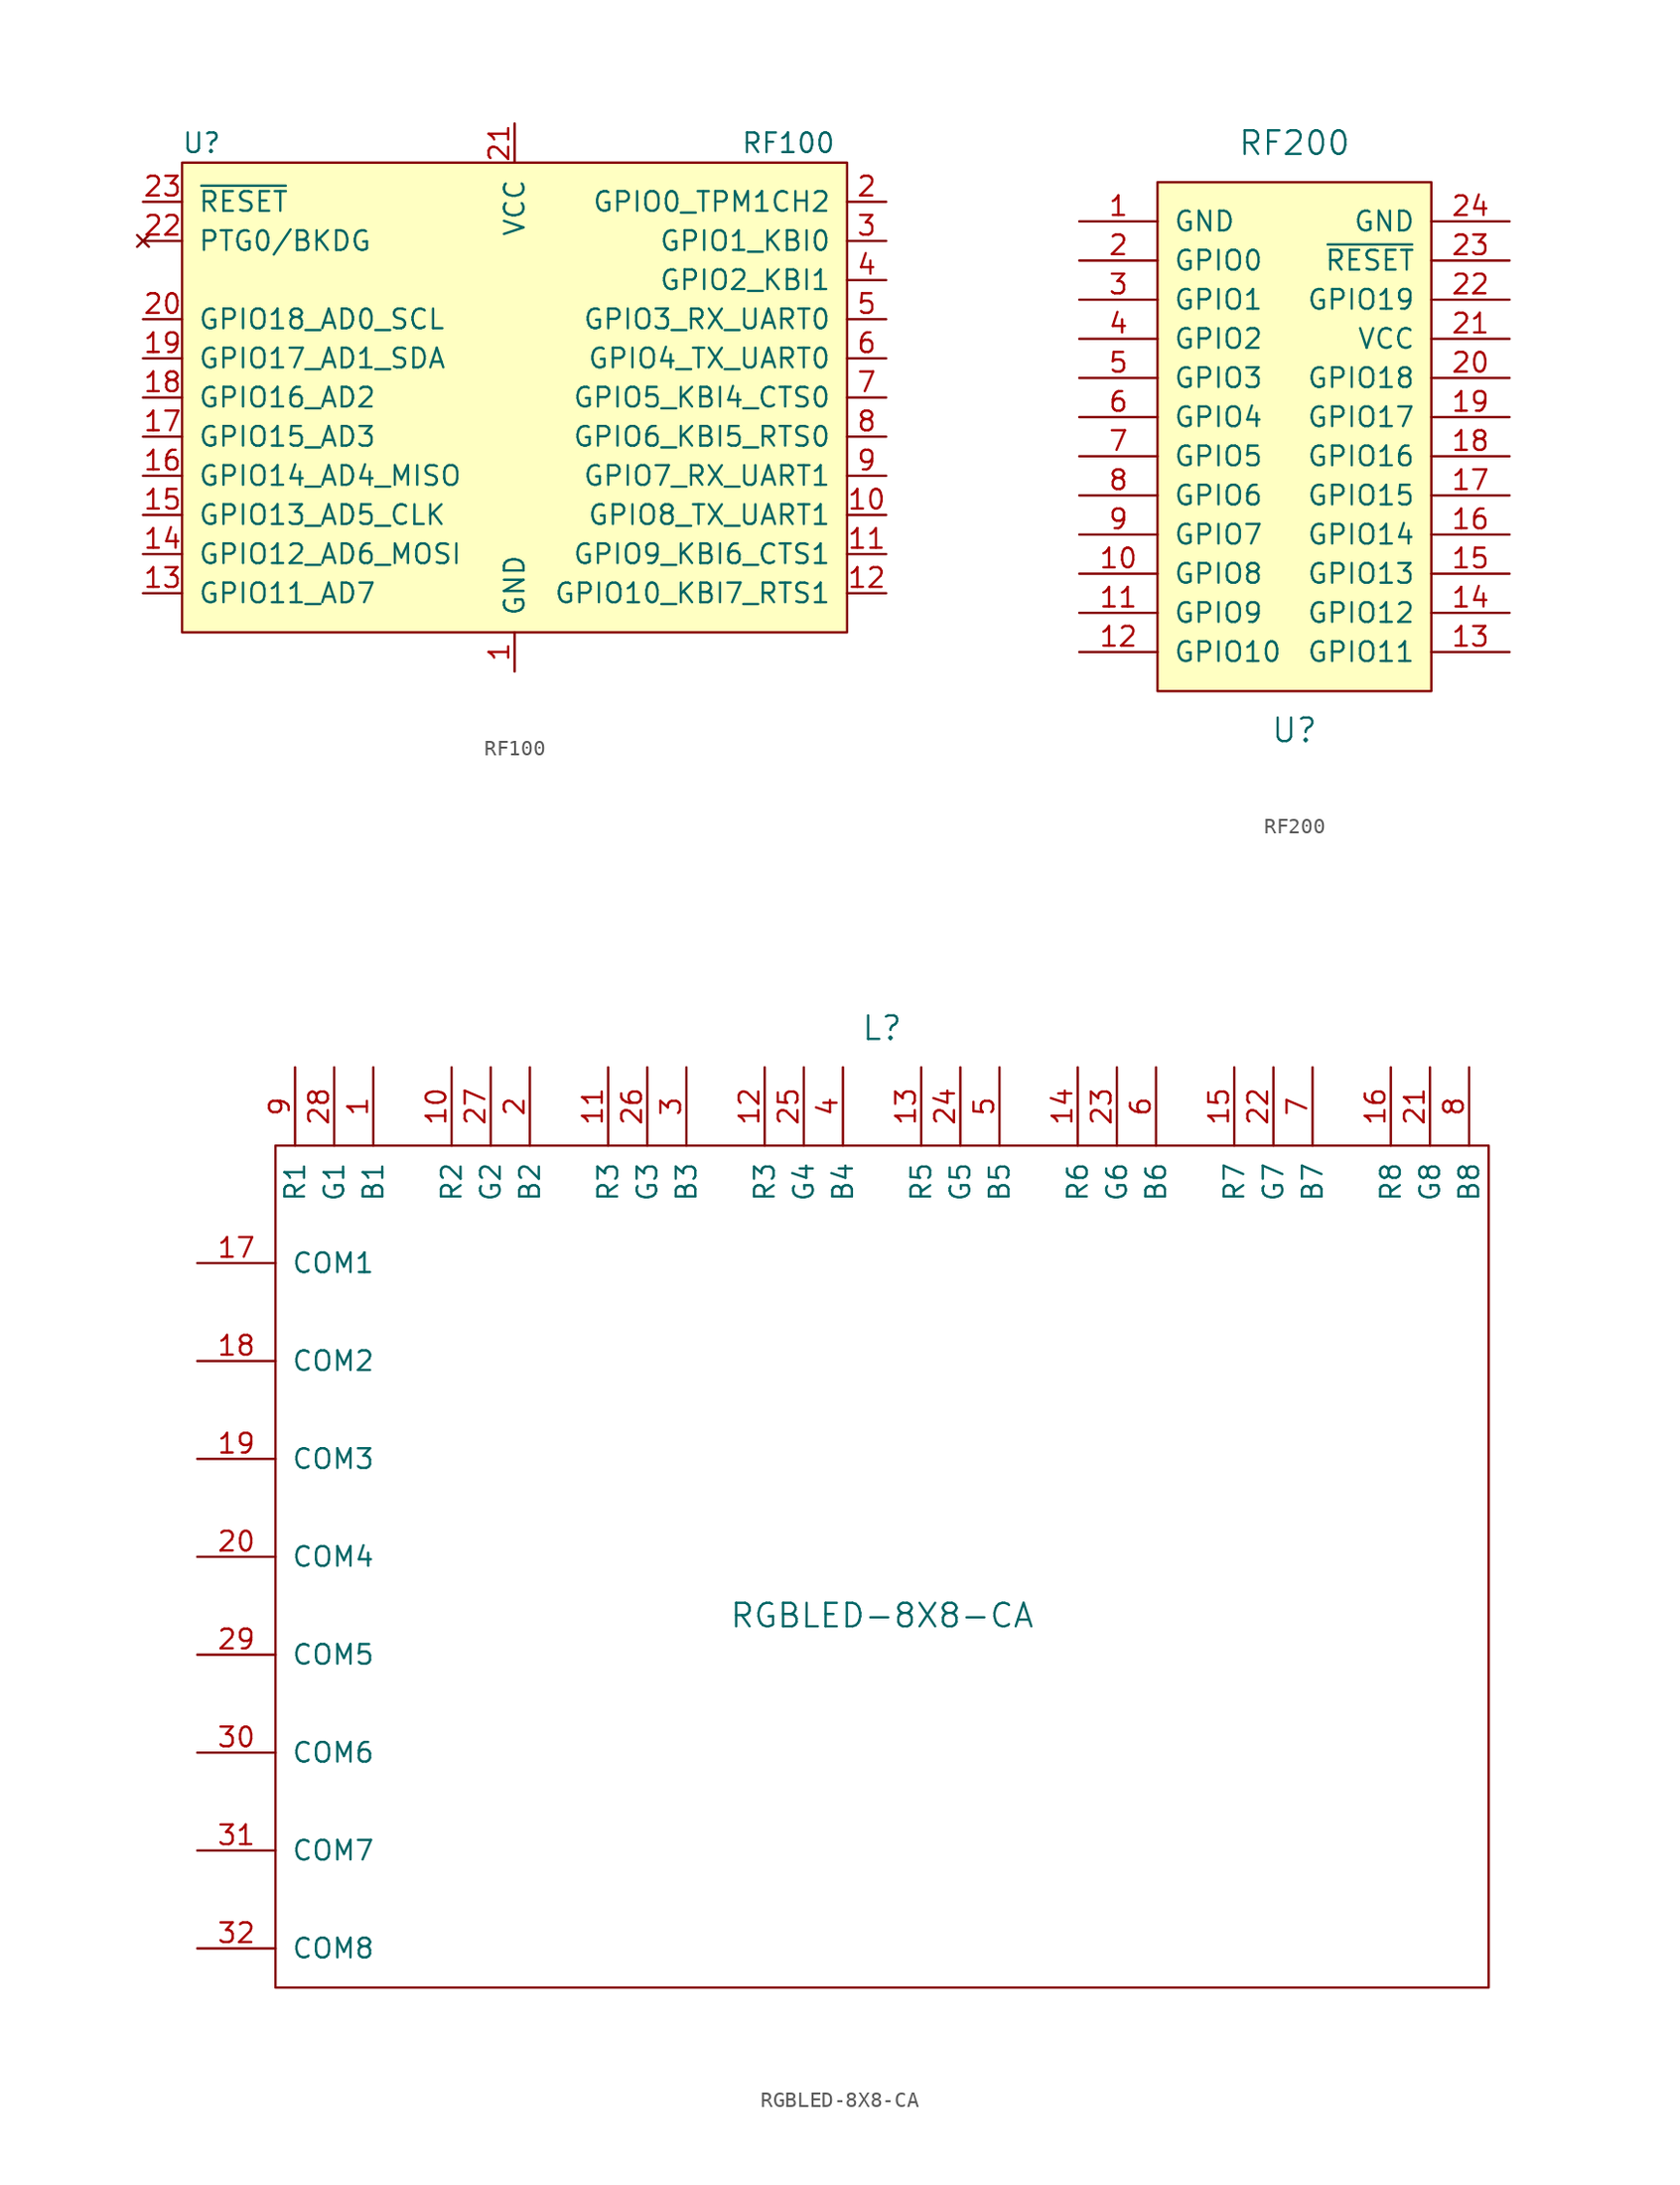
<source format=kicad_sym>
(kicad_symbol_lib
  (version 20231120)
  (generator "kicad_symbol_editor")
  (generator_version "8.0")
  (symbol "RF100"
    (pin_names
      (offset 1.016))
    (property "Reference" "U"
      (at -20.32 13.97 0)
      (effects (font (size 1.27 1.27))))
    (property "Value" "RF100"
      (at 17.78 13.97 0)
      (effects (font (size 1.27 1.27))))
    (symbol "RF100_0_1"
      (rectangle (start -21.59 12.7) (end 21.59 -17.78) (stroke (width 0) (type solid)) (fill (type background))))
    (symbol "RF100_1_1"
      (pin power_in line (at 0 -20.32 90) (length 2.54) (name "GND" (effects (font (size 1.27 1.27)))) (number "1" (effects (font (size 1.27 1.27)))))
      (pin bidirectional line (at 24.13 -10.16 180) (length 2.54) (name "GPIO8_TX_UART1" (effects (font (size 1.27 1.27)))) (number "10" (effects (font (size 1.27 1.27)))))
      (pin bidirectional line (at 24.13 -12.7 180) (length 2.54) (name "GPIO9_KBI6_CTS1" (effects (font (size 1.27 1.27)))) (number "11" (effects (font (size 1.27 1.27)))))
      (pin bidirectional line (at 24.13 -15.24 180) (length 2.54) (name "GPIO10_KBI7_RTS1" (effects (font (size 1.27 1.27)))) (number "12" (effects (font (size 1.27 1.27)))))
      (pin bidirectional line (at -24.13 -15.24 0) (length 2.54) (name "GPIO11_AD7" (effects (font (size 1.27 1.27)))) (number "13" (effects (font (size 1.27 1.27)))))
      (pin bidirectional line (at -24.13 -12.7 0) (length 2.54) (name "GPIO12_AD6_MOSI" (effects (font (size 1.27 1.27)))) (number "14" (effects (font (size 1.27 1.27)))))
      (pin bidirectional line (at -24.13 -10.16 0) (length 2.54) (name "GPIO13_AD5_CLK" (effects (font (size 1.27 1.27)))) (number "15" (effects (font (size 1.27 1.27)))))
      (pin bidirectional line (at -24.13 -7.62 0) (length 2.54) (name "GPIO14_AD4_MISO" (effects (font (size 1.27 1.27)))) (number "16" (effects (font (size 1.27 1.27)))))
      (pin bidirectional line (at -24.13 -5.08 0) (length 2.54) (name "GPIO15_AD3" (effects (font (size 1.27 1.27)))) (number "17" (effects (font (size 1.27 1.27)))))
      (pin bidirectional line (at -24.13 -2.54 0) (length 2.54) (name "GPIO16_AD2" (effects (font (size 1.27 1.27)))) (number "18" (effects (font (size 1.27 1.27)))))
      (pin bidirectional line (at -24.13 0 0) (length 2.54) (name "GPIO17_AD1_SDA" (effects (font (size 1.27 1.27)))) (number "19" (effects (font (size 1.27 1.27)))))
      (pin bidirectional line (at 24.13 10.16 180) (length 2.54) (name "GPIO0_TPM1CH2" (effects (font (size 1.27 1.27)))) (number "2" (effects (font (size 1.27 1.27)))))
      (pin bidirectional line (at -24.13 2.54 0) (length 2.54) (name "GPIO18_AD0_SCL" (effects (font (size 1.27 1.27)))) (number "20" (effects (font (size 1.27 1.27)))))
      (pin power_in line (at 0 15.24 270) (length 2.54) (name "VCC" (effects (font (size 1.27 1.27)))) (number "21" (effects (font (size 1.27 1.27)))))
      (pin no_connect line (at -24.13 7.62 0) (length 2.54) (name "PTG0/BKDG" (effects (font (size 1.27 1.27)))) (number "22" (effects (font (size 1.27 1.27)))))
      (pin input line (at -24.13 10.16 0) (length 2.54) (name "~{RESET}" (effects (font (size 1.27 1.27)))) (number "23" (effects (font (size 1.27 1.27)))))
      (pin passive line (at 0 -20.32 90) (length 2.54) hide (name "GND" (effects (font (size 1.27 1.27)))) (number "24" (effects (font (size 1.27 1.27)))))
      (pin bidirectional line (at 24.13 7.62 180) (length 2.54) (name "GPIO1_KBI0" (effects (font (size 1.27 1.27)))) (number "3" (effects (font (size 1.27 1.27)))))
      (pin bidirectional line (at 24.13 5.08 180) (length 2.54) (name "GPIO2_KBI1" (effects (font (size 1.27 1.27)))) (number "4" (effects (font (size 1.27 1.27)))))
      (pin bidirectional line (at 24.13 2.54 180) (length 2.54) (name "GPIO3_RX_UART0" (effects (font (size 1.27 1.27)))) (number "5" (effects (font (size 1.27 1.27)))))
      (pin bidirectional line (at 24.13 0 180) (length 2.54) (name "GPIO4_TX_UART0" (effects (font (size 1.27 1.27)))) (number "6" (effects (font (size 1.27 1.27)))))
      (pin bidirectional line (at 24.13 -2.54 180) (length 2.54) (name "GPIO5_KBI4_CTS0" (effects (font (size 1.27 1.27)))) (number "7" (effects (font (size 1.27 1.27)))))
      (pin bidirectional line (at 24.13 -5.08 180) (length 2.54) (name "GPIO6_KBI5_RTS0" (effects (font (size 1.27 1.27)))) (number "8" (effects (font (size 1.27 1.27)))))
      (pin bidirectional line (at 24.13 -7.62 180) (length 2.54) (name "GPIO7_RX_UART1" (effects (font (size 1.27 1.27)))) (number "9" (effects (font (size 1.27 1.27)))))))
  (symbol "RF200"
    (pin_names
      (offset 1.016))
    (property "Reference" "U"
      (at 0 -19.05 0)
      (effects (font (size 1.524 1.524))))
    (property "Value" "RF200"
      (at 0 19.05 0)
      (effects (font (size 1.524 1.524))))
    (property "Footprint" ""
      (at -1.27 0 0)
      (effects (font (size 1.524 1.524))))
    (property "Datasheet" ""
      (at -1.27 0 0)
      (effects (font (size 1.524 1.524))))
    (symbol "RF200_0_1"
      (rectangle (start -8.89 16.51) (end 8.89 -16.51) (stroke (width 0) (type solid)) (fill (type background))))
    (symbol "RF200_1_1"
      (pin power_in line (at -13.97 13.97 0) (length 5.08) (name "GND" (effects (font (size 1.27 1.27)))) (number "1" (effects (font (size 1.27 1.27)))))
      (pin bidirectional line (at -13.97 -8.89 0) (length 5.08) (name "GPIO8" (effects (font (size 1.27 1.27)))) (number "10" (effects (font (size 1.27 1.27)))))
      (pin bidirectional line (at -13.97 -11.43 0) (length 5.08) (name "GPIO9" (effects (font (size 1.27 1.27)))) (number "11" (effects (font (size 1.27 1.27)))))
      (pin bidirectional line (at -13.97 -13.97 0) (length 5.08) (name "GPIO10" (effects (font (size 1.27 1.27)))) (number "12" (effects (font (size 1.27 1.27)))))
      (pin bidirectional line (at 13.97 -13.97 180) (length 5.08) (name "GPIO11" (effects (font (size 1.27 1.27)))) (number "13" (effects (font (size 1.27 1.27)))))
      (pin bidirectional line (at 13.97 -11.43 180) (length 5.08) (name "GPIO12" (effects (font (size 1.27 1.27)))) (number "14" (effects (font (size 1.27 1.27)))))
      (pin bidirectional line (at 13.97 -8.89 180) (length 5.08) (name "GPIO13" (effects (font (size 1.27 1.27)))) (number "15" (effects (font (size 1.27 1.27)))))
      (pin bidirectional line (at 13.97 -6.35 180) (length 5.08) (name "GPIO14" (effects (font (size 1.27 1.27)))) (number "16" (effects (font (size 1.27 1.27)))))
      (pin bidirectional line (at 13.97 -3.81 180) (length 5.08) (name "GPIO15" (effects (font (size 1.27 1.27)))) (number "17" (effects (font (size 1.27 1.27)))))
      (pin bidirectional line (at 13.97 -1.27 180) (length 5.08) (name "GPIO16" (effects (font (size 1.27 1.27)))) (number "18" (effects (font (size 1.27 1.27)))))
      (pin bidirectional line (at 13.97 1.27 180) (length 5.08) (name "GPIO17" (effects (font (size 1.27 1.27)))) (number "19" (effects (font (size 1.27 1.27)))))
      (pin bidirectional line (at -13.97 11.43 0) (length 5.08) (name "GPIO0" (effects (font (size 1.27 1.27)))) (number "2" (effects (font (size 1.27 1.27)))))
      (pin bidirectional line (at 13.97 3.81 180) (length 5.08) (name "GPIO18" (effects (font (size 1.27 1.27)))) (number "20" (effects (font (size 1.27 1.27)))))
      (pin power_in line (at 13.97 6.35 180) (length 5.08) (name "VCC" (effects (font (size 1.27 1.27)))) (number "21" (effects (font (size 1.27 1.27)))))
      (pin bidirectional line (at 13.97 8.89 180) (length 5.08) (name "GPIO19" (effects (font (size 1.27 1.27)))) (number "22" (effects (font (size 1.27 1.27)))))
      (pin input line (at 13.97 11.43 180) (length 5.08) (name "~{RESET}" (effects (font (size 1.27 1.27)))) (number "23" (effects (font (size 1.27 1.27)))))
      (pin power_in line (at 13.97 13.97 180) (length 5.08) (name "GND" (effects (font (size 1.27 1.27)))) (number "24" (effects (font (size 1.27 1.27)))))
      (pin bidirectional line (at -13.97 8.89 0) (length 5.08) (name "GPIO1" (effects (font (size 1.27 1.27)))) (number "3" (effects (font (size 1.27 1.27)))))
      (pin bidirectional line (at -13.97 6.35 0) (length 5.08) (name "GPIO2" (effects (font (size 1.27 1.27)))) (number "4" (effects (font (size 1.27 1.27)))))
      (pin bidirectional line (at -13.97 3.81 0) (length 5.08) (name "GPIO3" (effects (font (size 1.27 1.27)))) (number "5" (effects (font (size 1.27 1.27)))))
      (pin bidirectional line (at -13.97 1.27 0) (length 5.08) (name "GPIO4" (effects (font (size 1.27 1.27)))) (number "6" (effects (font (size 1.27 1.27)))))
      (pin bidirectional line (at -13.97 -1.27 0) (length 5.08) (name "GPIO5" (effects (font (size 1.27 1.27)))) (number "7" (effects (font (size 1.27 1.27)))))
      (pin bidirectional line (at -13.97 -3.81 0) (length 5.08) (name "GPIO6" (effects (font (size 1.27 1.27)))) (number "8" (effects (font (size 1.27 1.27)))))
      (pin bidirectional line (at -13.97 -6.35 0) (length 5.08) (name "GPIO7" (effects (font (size 1.27 1.27)))) (number "9" (effects (font (size 1.27 1.27)))))))
  (symbol "RGBLED-8X8-CA"
    (pin_names
      (offset 1.016))
    (property "Reference" "L"
      (at 0 38.1 0)
      (effects (font (size 1.524 1.524))))
    (property "Value" "RGBLED-8X8-CA"
      (at 0 0 0)
      (effects (font (size 1.524 1.524))))
    (property "Footprint" ""
      (at -12.7 8.89 0)
      (effects (font (size 1.524 1.524))))
    (property "Datasheet" ""
      (at -12.7 8.89 0)
      (effects (font (size 1.524 1.524))))
    (symbol "RGBLED-8X8-CA_0_1"
      (rectangle (start -39.37 30.48) (end 39.37 -24.13) (stroke (width 0) (type solid)) (fill (type none))))
    (symbol "RGBLED-8X8-CA_1_1"
      (pin input line (at -33.02 35.56 270) (length 5.08) (name "B1" (effects (font (size 1.27 1.27)))) (number "1" (effects (font (size 1.27 1.27)))))
      (pin input line (at -27.94 35.56 270) (length 5.08) (name "R2" (effects (font (size 1.27 1.27)))) (number "10" (effects (font (size 1.27 1.27)))))
      (pin input line (at -17.78 35.56 270) (length 5.08) (name "R3" (effects (font (size 1.27 1.27)))) (number "11" (effects (font (size 1.27 1.27)))))
      (pin input line (at -7.62 35.56 270) (length 5.08) (name "R3" (effects (font (size 1.27 1.27)))) (number "12" (effects (font (size 1.27 1.27)))))
      (pin input line (at 2.54 35.56 270) (length 5.08) (name "R5" (effects (font (size 1.27 1.27)))) (number "13" (effects (font (size 1.27 1.27)))))
      (pin input line (at 12.7 35.56 270) (length 5.08) (name "R6" (effects (font (size 1.27 1.27)))) (number "14" (effects (font (size 1.27 1.27)))))
      (pin input line (at 22.86 35.56 270) (length 5.08) (name "R7" (effects (font (size 1.27 1.27)))) (number "15" (effects (font (size 1.27 1.27)))))
      (pin input line (at 33.02 35.56 270) (length 5.08) (name "R8" (effects (font (size 1.27 1.27)))) (number "16" (effects (font (size 1.27 1.27)))))
      (pin input line (at -44.45 22.86 0) (length 5.08) (name "COM1" (effects (font (size 1.27 1.27)))) (number "17" (effects (font (size 1.27 1.27)))))
      (pin input line (at -44.45 16.51 0) (length 5.08) (name "COM2" (effects (font (size 1.27 1.27)))) (number "18" (effects (font (size 1.27 1.27)))))
      (pin input line (at -44.45 10.16 0) (length 5.08) (name "COM3" (effects (font (size 1.27 1.27)))) (number "19" (effects (font (size 1.27 1.27)))))
      (pin input line (at -22.86 35.56 270) (length 5.08) (name "B2" (effects (font (size 1.27 1.27)))) (number "2" (effects (font (size 1.27 1.27)))))
      (pin input line (at -44.45 3.81 0) (length 5.08) (name "COM4" (effects (font (size 1.27 1.27)))) (number "20" (effects (font (size 1.27 1.27)))))
      (pin input line (at 35.56 35.56 270) (length 5.08) (name "G8" (effects (font (size 1.27 1.27)))) (number "21" (effects (font (size 1.27 1.27)))))
      (pin input line (at 25.4 35.56 270) (length 5.08) (name "G7" (effects (font (size 1.27 1.27)))) (number "22" (effects (font (size 1.27 1.27)))))
      (pin input line (at 15.24 35.56 270) (length 5.08) (name "G6" (effects (font (size 1.27 1.27)))) (number "23" (effects (font (size 1.27 1.27)))))
      (pin input line (at 5.08 35.56 270) (length 5.08) (name "G5" (effects (font (size 1.27 1.27)))) (number "24" (effects (font (size 1.27 1.27)))))
      (pin input line (at -5.08 35.56 270) (length 5.08) (name "G4" (effects (font (size 1.27 1.27)))) (number "25" (effects (font (size 1.27 1.27)))))
      (pin input line (at -15.24 35.56 270) (length 5.08) (name "G3" (effects (font (size 1.27 1.27)))) (number "26" (effects (font (size 1.27 1.27)))))
      (pin input line (at -25.4 35.56 270) (length 5.08) (name "G2" (effects (font (size 1.27 1.27)))) (number "27" (effects (font (size 1.27 1.27)))))
      (pin input line (at -35.56 35.56 270) (length 5.08) (name "G1" (effects (font (size 1.27 1.27)))) (number "28" (effects (font (size 1.27 1.27)))))
      (pin input line (at -44.45 -2.54 0) (length 5.08) (name "COM5" (effects (font (size 1.27 1.27)))) (number "29" (effects (font (size 1.27 1.27)))))
      (pin input line (at -12.7 35.56 270) (length 5.08) (name "B3" (effects (font (size 1.27 1.27)))) (number "3" (effects (font (size 1.27 1.27)))))
      (pin input line (at -44.45 -8.89 0) (length 5.08) (name "COM6" (effects (font (size 1.27 1.27)))) (number "30" (effects (font (size 1.27 1.27)))))
      (pin input line (at -44.45 -15.24 0) (length 5.08) (name "COM7" (effects (font (size 1.27 1.27)))) (number "31" (effects (font (size 1.27 1.27)))))
      (pin input line (at -44.45 -21.59 0) (length 5.08) (name "COM8" (effects (font (size 1.27 1.27)))) (number "32" (effects (font (size 1.27 1.27)))))
      (pin input line (at -2.54 35.56 270) (length 5.08) (name "B4" (effects (font (size 1.27 1.27)))) (number "4" (effects (font (size 1.27 1.27)))))
      (pin input line (at 7.62 35.56 270) (length 5.08) (name "B5" (effects (font (size 1.27 1.27)))) (number "5" (effects (font (size 1.27 1.27)))))
      (pin input line (at 17.78 35.56 270) (length 5.08) (name "B6" (effects (font (size 1.27 1.27)))) (number "6" (effects (font (size 1.27 1.27)))))
      (pin input line (at 27.94 35.56 270) (length 5.08) (name "B7" (effects (font (size 1.27 1.27)))) (number "7" (effects (font (size 1.27 1.27)))))
      (pin input line (at 38.1 35.56 270) (length 5.08) (name "B8" (effects (font (size 1.27 1.27)))) (number "8" (effects (font (size 1.27 1.27)))))
      (pin input line (at -38.1 35.56 270) (length 5.08) (name "R1" (effects (font (size 1.27 1.27)))) (number "9" (effects (font (size 1.27 1.27))))))))
</source>
